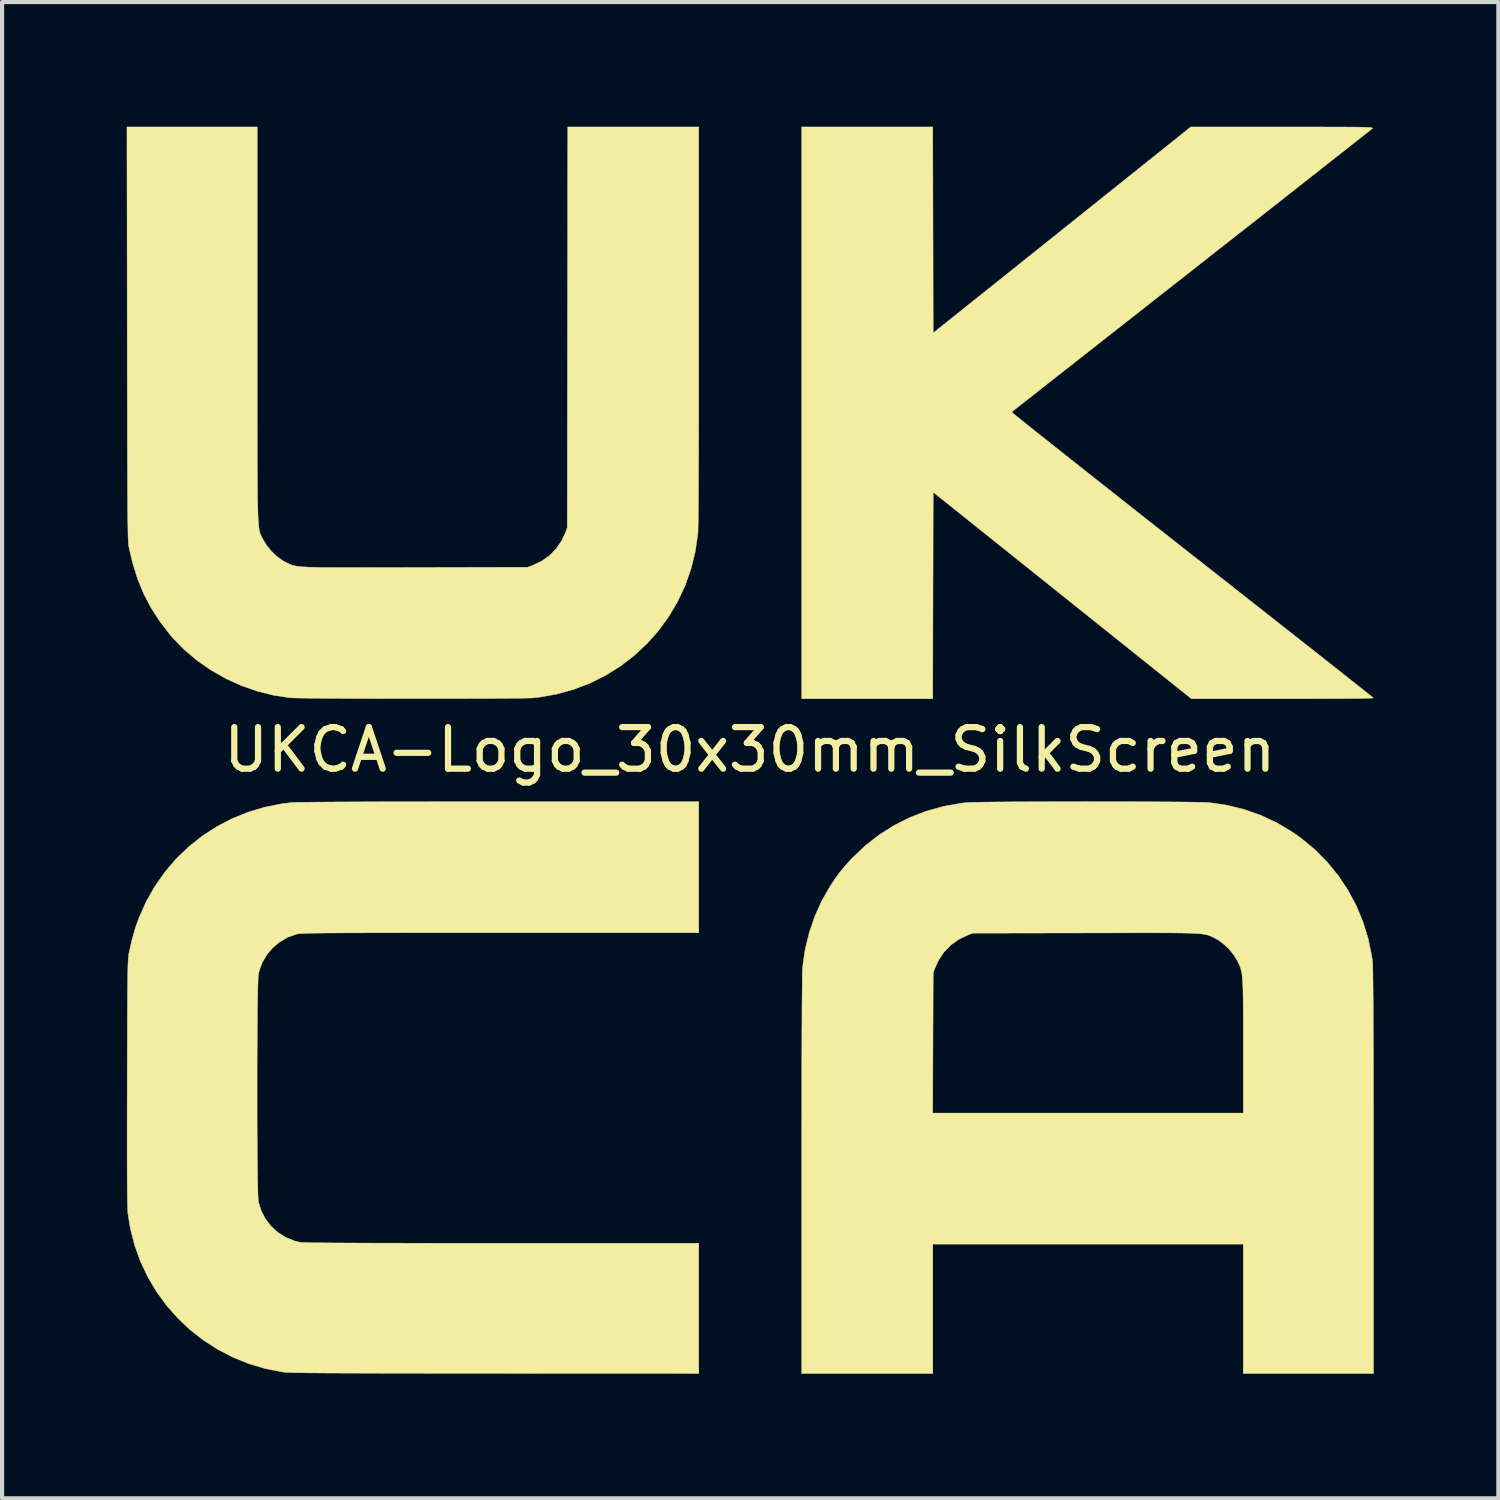
<source format=kicad_pcb>
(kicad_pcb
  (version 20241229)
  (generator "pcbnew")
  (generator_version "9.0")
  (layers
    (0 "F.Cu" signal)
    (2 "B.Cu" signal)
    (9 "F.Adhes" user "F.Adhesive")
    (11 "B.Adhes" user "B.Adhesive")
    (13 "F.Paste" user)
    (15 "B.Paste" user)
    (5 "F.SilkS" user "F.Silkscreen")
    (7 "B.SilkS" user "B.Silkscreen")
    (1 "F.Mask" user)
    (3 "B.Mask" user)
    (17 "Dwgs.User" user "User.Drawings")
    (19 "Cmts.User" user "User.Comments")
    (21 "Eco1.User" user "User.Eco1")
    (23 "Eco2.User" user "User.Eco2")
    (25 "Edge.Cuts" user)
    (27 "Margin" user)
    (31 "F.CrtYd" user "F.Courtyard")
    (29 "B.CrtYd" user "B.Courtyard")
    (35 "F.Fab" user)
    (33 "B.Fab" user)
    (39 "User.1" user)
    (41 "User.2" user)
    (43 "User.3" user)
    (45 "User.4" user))
  (footprint "UKCA-Logo_30x30mm_SilkScreen"
    (layer "F.Cu")
    (at 14.992 14.991)
    (property "Reference" "UKCA-Logo_30x30mm_SilkScreen" (at 0 0 0) (layer "F.SilkS") (effects (font (size 1 1) (thickness 0.15))))
    (attr exclude_from_pos_files exclude_from_bom)
    (fp_poly (pts (xy 4.408 -12.507) (xy 4.413 -10.029) (xy 10.61 -14.986) (xy 12.813 -14.986) (xy 13.166 -14.986) (xy 13.48 -14.986) (xy 13.755 -14.986) (xy 13.996 -14.985) (xy 14.203 -14.985) (xy 14.38 -14.984) (xy 14.529 -14.983) (xy 14.651 -14.982) (xy 14.75 -14.98) (xy 14.828 -14.978) (xy 14.887 -14.975) (xy 14.93 -14.972) (xy 14.958 -14.969) (xy 14.975 -14.965) (xy 14.982 -14.96) (xy 14.982 -14.954) (xy 14.977 -14.948) (xy 14.975 -14.946) (xy 14.955 -14.93) (xy 14.903 -14.888) (xy 14.82 -14.823) (xy 14.709 -14.735) (xy 14.569 -14.625) (xy 14.404 -14.495) (xy 14.213 -14.345) (xy 13.999 -14.176) (xy 13.763 -13.99) (xy 13.507 -13.789) (xy 13.231 -13.572) (xy 12.937 -13.341) (xy 12.627 -13.097) (xy 12.302 -12.841) (xy 11.963 -12.575) (xy 11.611 -12.299) (xy 11.249 -12.015) (xy 10.878 -11.723) (xy 10.626 -11.525) (xy 10.249 -11.229) (xy 9.881 -10.941) (xy 9.523 -10.66) (xy 9.177 -10.387) (xy 8.843 -10.126) (xy 8.524 -9.875) (xy 8.22 -9.636) (xy 7.933 -9.411) (xy 7.665 -9.2) (xy 7.417 -9.005) (xy 7.189 -8.827) (xy 6.985 -8.666) (xy 6.804 -8.524) (xy 6.649 -8.402) (xy 6.52 -8.301) (xy 6.42 -8.222) (xy 6.349 -8.166) (xy 6.309 -8.134) (xy 6.3 -8.128) (xy 6.315 -8.113) (xy 6.362 -8.074) (xy 6.44 -8.011) (xy 6.546 -7.924) (xy 6.68 -7.817) (xy 6.841 -7.688) (xy 7.027 -7.54) (xy 7.237 -7.373) (xy 7.469 -7.189) (xy 7.722 -6.988) (xy 7.995 -6.773) (xy 8.285 -6.543) (xy 8.593 -6.3) (xy 8.916 -6.045) (xy 9.253 -5.779) (xy 9.603 -5.503) (xy 9.965 -5.219) (xy 10.336 -4.927) (xy 10.64 -4.688) (xy 11.018 -4.391) (xy 11.388 -4.1) (xy 11.748 -3.817) (xy 12.096 -3.543) (xy 12.432 -3.279) (xy 12.753 -3.026) (xy 13.059 -2.786) (xy 13.347 -2.558) (xy 13.617 -2.346) (xy 13.868 -2.148) (xy 14.097 -1.967) (xy 14.303 -1.804) (xy 14.486 -1.659) (xy 14.644 -1.535) (xy 14.774 -1.431) (xy 14.877 -1.349) (xy 14.95 -1.29) (xy 14.993 -1.256) (xy 15.004 -1.247) (xy 14.984 -1.244) (xy 14.924 -1.241) (xy 14.827 -1.239) (xy 14.693 -1.236) (xy 14.527 -1.234) (xy 14.329 -1.232) (xy 14.103 -1.231) (xy 13.85 -1.23) (xy 13.572 -1.229) (xy 13.273 -1.228) (xy 12.954 -1.228) (xy 12.818 -1.228) (xy 10.626 -1.228) (xy 4.413 -6.198) (xy 4.402 -1.228) (xy 1.249 -1.228) (xy 1.249 -14.986) (xy 4.402 -14.986) (xy 4.408 -12.507)) (stroke (width 0.01) (type solid)) (fill yes) (layer "F.SilkS"))
    (fp_poly (pts (xy 8.381 1.249) (xy 8.692 1.249) (xy 8.998 1.249) (xy 9.294 1.25) (xy 9.578 1.251) (xy 9.847 1.253) (xy 10.097 1.254) (xy 10.326 1.256) (xy 10.53 1.258) (xy 10.706 1.261) (xy 10.85 1.263) (xy 10.96 1.266) (xy 11.033 1.269) (xy 11.052 1.271) (xy 11.484 1.334) (xy 11.9 1.437) (xy 12.302 1.579) (xy 12.687 1.76) (xy 13.057 1.981) (xy 13.27 2.131) (xy 13.597 2.402) (xy 13.894 2.702) (xy 14.159 3.028) (xy 14.392 3.377) (xy 14.591 3.748) (xy 14.753 4.137) (xy 14.879 4.542) (xy 14.965 4.96) (xy 14.985 5.101) (xy 14.988 5.144) (xy 14.99 5.228) (xy 14.993 5.352) (xy 14.995 5.517) (xy 14.997 5.722) (xy 14.999 5.967) (xy 15.001 6.254) (xy 15.002 6.581) (xy 15.004 6.95) (xy 15.005 7.36) (xy 15.006 7.811) (xy 15.006 8.304) (xy 15.007 8.839) (xy 15.007 9.416) (xy 15.007 10.035) (xy 15.007 10.144) (xy 15.007 15.007) (xy 11.874 15.007) (xy 11.874 11.896) (xy 4.403 11.896) (xy 4.403 15.007) (xy 1.249 15.007) (xy 1.249 10.226) (xy 1.249 9.644) (xy 1.249 9.095) (xy 1.25 8.742) (xy 4.401 8.742) (xy 11.874 8.742) (xy 11.874 7.138) (xy 11.874 6.824) (xy 11.874 6.548) (xy 11.873 6.309) (xy 11.872 6.102) (xy 11.87 5.926) (xy 11.867 5.777) (xy 11.862 5.651) (xy 11.856 5.546) (xy 11.849 5.458) (xy 11.84 5.385) (xy 11.828 5.324) (xy 11.814 5.27) (xy 11.798 5.222) (xy 11.779 5.176) (xy 11.757 5.129) (xy 11.734 5.08) (xy 11.65 4.943) (xy 11.54 4.807) (xy 11.413 4.684) (xy 11.28 4.583) (xy 11.197 4.536) (xy 11.159 4.517) (xy 11.124 4.5) (xy 11.091 4.485) (xy 11.057 4.471) (xy 11.021 4.459) (xy 10.979 4.448) (xy 10.93 4.439) (xy 10.871 4.431) (xy 10.8 4.425) (xy 10.715 4.419) (xy 10.613 4.415) (xy 10.492 4.411) (xy 10.35 4.409) (xy 10.185 4.407) (xy 9.994 4.406) (xy 9.774 4.405) (xy 9.525 4.405) (xy 9.242 4.405) (xy 8.925 4.406) (xy 8.57 4.407) (xy 8.176 4.407) (xy 8.081 4.408) (xy 5.366 4.413) (xy 5.24 4.461) (xy 5.024 4.564) (xy 4.835 4.7) (xy 4.674 4.866) (xy 4.544 5.06) (xy 4.461 5.24) (xy 4.413 5.366) (xy 4.407 7.054) (xy 4.401 8.742) (xy 1.25 8.742) (xy 1.25 8.579) (xy 1.25 8.097) (xy 1.251 7.65) (xy 1.252 7.239) (xy 1.253 6.863) (xy 1.255 6.524) (xy 1.256 6.223) (xy 1.258 5.96) (xy 1.26 5.735) (xy 1.262 5.55) (xy 1.264 5.405) (xy 1.267 5.3) (xy 1.269 5.237) (xy 1.27 5.225) (xy 1.33 4.812) (xy 1.428 4.407) (xy 1.561 4.015) (xy 1.729 3.641) (xy 1.929 3.291) (xy 1.963 3.239) (xy 2.067 3.084) (xy 2.161 2.955) (xy 2.255 2.838) (xy 2.358 2.72) (xy 2.465 2.606) (xy 2.778 2.308) (xy 3.114 2.046) (xy 3.472 1.82) (xy 3.85 1.63) (xy 4.246 1.477) (xy 4.659 1.362) (xy 5.087 1.286) (xy 5.225 1.27) (xy 5.279 1.267) (xy 5.373 1.264) (xy 5.502 1.262) (xy 5.664 1.259) (xy 5.856 1.257) (xy 6.074 1.255) (xy 6.315 1.253) (xy 6.576 1.252) (xy 6.854 1.251) (xy 7.145 1.25) (xy 7.447 1.249) (xy 7.755 1.249) (xy 8.068 1.248) (xy 8.381 1.249)) (stroke (width 0.01) (type solid)) (fill yes) (layer "F.SilkS"))
    (fp_poly (pts (xy -11.853 -10.25) (xy -11.853 -9.713) (xy -11.853 -9.216) (xy -11.853 -8.758) (xy -11.853 -8.337) (xy -11.853 -7.952) (xy -11.852 -7.601) (xy -11.852 -7.283) (xy -11.851 -6.995) (xy -11.85 -6.735) (xy -11.849 -6.503) (xy -11.847 -6.297) (xy -11.845 -6.114) (xy -11.842 -5.954) (xy -11.839 -5.814) (xy -11.835 -5.692) (xy -11.831 -5.588) (xy -11.826 -5.5) (xy -11.82 -5.425) (xy -11.814 -5.362) (xy -11.807 -5.31) (xy -11.799 -5.267) (xy -11.79 -5.23) (xy -11.78 -5.199) (xy -11.769 -5.172) (xy -11.757 -5.146) (xy -11.745 -5.121) (xy -11.731 -5.095) (xy -11.715 -5.065) (xy -11.712 -5.059) (xy -11.628 -4.92) (xy -11.516 -4.783) (xy -11.388 -4.659) (xy -11.253 -4.559) (xy -11.174 -4.515) (xy -11.135 -4.496) (xy -11.1 -4.479) (xy -11.067 -4.463) (xy -11.034 -4.45) (xy -10.997 -4.437) (xy -10.956 -4.427) (xy -10.907 -4.418) (xy -10.848 -4.41) (xy -10.777 -4.403) (xy -10.692 -4.398) (xy -10.591 -4.393) (xy -10.471 -4.39) (xy -10.329 -4.387) (xy -10.164 -4.386) (xy -9.973 -4.384) (xy -9.755 -4.384) (xy -9.506 -4.384) (xy -9.224 -4.384) (xy -8.908 -4.385) (xy -8.554 -4.385) (xy -8.161 -4.386) (xy -8.06 -4.386) (xy -5.345 -4.392) (xy -5.219 -4.439) (xy -5.003 -4.543) (xy -4.814 -4.678) (xy -4.653 -4.845) (xy -4.522 -5.039) (xy -4.439 -5.219) (xy -4.392 -5.345) (xy -4.381 -14.986) (xy -1.228 -14.986) (xy -1.228 -10.205) (xy -1.228 -9.623) (xy -1.228 -9.074) (xy -1.229 -8.558) (xy -1.229 -8.076) (xy -1.23 -7.629) (xy -1.231 -7.218) (xy -1.232 -6.842) (xy -1.234 -6.503) (xy -1.235 -6.202) (xy -1.237 -5.938) (xy -1.239 -5.714) (xy -1.241 -5.528) (xy -1.243 -5.383) (xy -1.246 -5.279) (xy -1.248 -5.216) (xy -1.249 -5.204) (xy -1.312 -4.773) (xy -1.414 -4.356) (xy -1.555 -3.954) (xy -1.735 -3.569) (xy -1.951 -3.203) (xy -2.204 -2.857) (xy -2.464 -2.564) (xy -2.774 -2.273) (xy -3.11 -2.015) (xy -3.468 -1.791) (xy -3.846 -1.602) (xy -4.242 -1.451) (xy -4.653 -1.337) (xy -5.077 -1.263) (xy -5.204 -1.249) (xy -5.255 -1.246) (xy -5.344 -1.244) (xy -5.47 -1.241) (xy -5.629 -1.239) (xy -5.817 -1.237) (xy -6.032 -1.236) (xy -6.27 -1.234) (xy -6.529 -1.233) (xy -6.804 -1.232) (xy -7.093 -1.231) (xy -7.393 -1.231) (xy -7.7 -1.231) (xy -8.012 -1.231) (xy -8.325 -1.231) (xy -8.636 -1.231) (xy -8.942 -1.232) (xy -9.24 -1.232) (xy -9.526 -1.233) (xy -9.797 -1.235) (xy -10.051 -1.236) (xy -10.283 -1.238) (xy -10.492 -1.24) (xy -10.673 -1.242) (xy -10.824 -1.244) (xy -10.941 -1.246) (xy -11.021 -1.249) (xy -11.055 -1.251) (xy -11.455 -1.31) (xy -11.85 -1.409) (xy -12.237 -1.544) (xy -12.611 -1.714) (xy -12.967 -1.917) (xy -13.302 -2.15) (xy -13.611 -2.411) (xy -13.89 -2.698) (xy -13.949 -2.767) (xy -14.196 -3.088) (xy -14.407 -3.415) (xy -14.585 -3.755) (xy -14.732 -4.114) (xy -14.852 -4.498) (xy -14.937 -4.862) (xy -14.941 -4.884) (xy -14.945 -4.909) (xy -14.949 -4.939) (xy -14.952 -4.975) (xy -14.955 -5.019) (xy -14.957 -5.073) (xy -14.96 -5.138) (xy -14.962 -5.216) (xy -14.964 -5.308) (xy -14.966 -5.417) (xy -14.968 -5.543) (xy -14.969 -5.689) (xy -14.971 -5.857) (xy -14.972 -6.047) (xy -14.973 -6.261) (xy -14.974 -6.502) (xy -14.975 -6.77) (xy -14.976 -7.068) (xy -14.977 -7.397) (xy -14.978 -7.759) (xy -14.978 -8.155) (xy -14.979 -8.587) (xy -14.98 -9.057) (xy -14.98 -9.566) (xy -14.981 -10.017) (xy -14.987 -14.986) (xy -11.853 -14.986) (xy -11.853 -10.25)) (stroke (width 0.01) (type solid)) (fill yes) (layer "F.SilkS"))
    (fp_poly (pts (xy -1.228 4.403) (xy -6.003 4.403) (xy -6.538 4.403) (xy -7.032 4.403) (xy -7.487 4.403) (xy -7.904 4.403) (xy -8.286 4.403) (xy -8.633 4.404) (xy -8.948 4.404) (xy -9.233 4.405) (xy -9.487 4.406) (xy -9.715 4.406) (xy -9.916 4.408) (xy -10.093 4.409) (xy -10.248 4.41) (xy -10.381 4.412) (xy -10.495 4.413) (xy -10.591 4.415) (xy -10.672 4.417) (xy -10.737 4.42) (xy -10.79 4.423) (xy -10.832 4.425) (xy -10.864 4.429) (xy -10.888 4.432) (xy -10.906 4.436) (xy -10.907 4.436) (xy -11.117 4.511) (xy -11.309 4.622) (xy -11.478 4.763) (xy -11.621 4.931) (xy -11.732 5.12) (xy -11.807 5.327) (xy -11.821 5.387) (xy -11.826 5.432) (xy -11.831 5.517) (xy -11.835 5.637) (xy -11.839 5.789) (xy -11.843 5.972) (xy -11.846 6.18) (xy -11.848 6.411) (xy -11.851 6.662) (xy -11.853 6.93) (xy -11.854 7.21) (xy -11.855 7.501) (xy -11.856 7.798) (xy -11.856 8.1) (xy -11.856 8.401) (xy -11.856 8.7) (xy -11.855 8.992) (xy -11.854 9.275) (xy -11.852 9.546) (xy -11.85 9.801) (xy -11.847 10.037) (xy -11.844 10.25) (xy -11.841 10.439) (xy -11.838 10.598) (xy -11.834 10.726) (xy -11.829 10.819) (xy -11.824 10.873) (xy -11.823 10.88) (xy -11.756 11.095) (xy -11.653 11.291) (xy -11.518 11.466) (xy -11.354 11.614) (xy -11.167 11.733) (xy -10.96 11.818) (xy -10.819 11.853) (xy -10.782 11.856) (xy -10.704 11.858) (xy -10.584 11.861) (xy -10.422 11.863) (xy -10.219 11.865) (xy -9.974 11.867) (xy -9.689 11.868) (xy -9.362 11.87) (xy -8.995 11.871) (xy -8.588 11.872) (xy -8.14 11.873) (xy -7.652 11.874) (xy -7.125 11.874) (xy -6.558 11.874) (xy -5.966 11.874) (xy -1.228 11.874) (xy -1.228 15.007) (xy -6.133 15.005) (xy -6.688 15.005) (xy -7.202 15.004) (xy -7.677 15.004) (xy -8.115 15.003) (xy -8.516 15.003) (xy -8.882 15.002) (xy -9.215 15.001) (xy -9.516 15) (xy -9.787 14.999) (xy -10.03 14.998) (xy -10.245 14.997) (xy -10.435 14.995) (xy -10.6 14.994) (xy -10.743 14.992) (xy -10.865 14.99) (xy -10.967 14.988) (xy -11.051 14.985) (xy -11.119 14.983) (xy -11.172 14.98) (xy -11.211 14.977) (xy -11.235 14.974) (xy -11.653 14.892) (xy -12.055 14.773) (xy -12.439 14.617) (xy -12.805 14.428) (xy -13.149 14.206) (xy -13.47 13.955) (xy -13.766 13.675) (xy -14.035 13.37) (xy -14.275 13.04) (xy -14.484 12.689) (xy -14.66 12.317) (xy -14.801 11.928) (xy -14.905 11.522) (xy -14.965 11.155) (xy -14.968 11.108) (xy -14.972 11.032) (xy -14.975 10.926) (xy -14.977 10.789) (xy -14.979 10.619) (xy -14.981 10.417) (xy -14.982 10.179) (xy -14.983 9.907) (xy -14.983 9.597) (xy -14.983 9.25) (xy -14.983 8.863) (xy -14.982 8.437) (xy -14.981 8.012) (xy -14.98 7.597) (xy -14.979 7.223) (xy -14.978 6.887) (xy -14.977 6.586) (xy -14.976 6.319) (xy -14.975 6.084) (xy -14.974 5.877) (xy -14.972 5.698) (xy -14.97 5.543) (xy -14.968 5.411) (xy -14.966 5.299) (xy -14.964 5.206) (xy -14.961 5.128) (xy -14.957 5.064) (xy -14.954 5.012) (xy -14.95 4.969) (xy -14.945 4.933) (xy -14.941 4.902) (xy -14.937 4.883) (xy -14.862 4.556) (xy -14.776 4.259) (xy -14.698 4.044) (xy -14.523 3.652) (xy -14.314 3.284) (xy -14.073 2.941) (xy -13.802 2.624) (xy -13.504 2.337) (xy -13.18 2.079) (xy -12.833 1.853) (xy -12.464 1.66) (xy -12.077 1.502) (xy -11.672 1.381) (xy -11.253 1.298) (xy -11.031 1.271) (xy -10.982 1.268) (xy -10.89 1.265) (xy -10.758 1.263) (xy -10.584 1.261) (xy -10.369 1.259) (xy -10.115 1.257) (xy -9.821 1.255) (xy -9.487 1.254) (xy -9.115 1.252) (xy -8.704 1.251) (xy -8.256 1.25) (xy -7.77 1.25) (xy -7.246 1.249) (xy -6.687 1.249) (xy -6.09 1.249) (xy -6.02 1.249) (xy -1.228 1.249) (xy -1.228 4.403)) (stroke (width 0.01) (type solid)) (fill yes) (layer "F.SilkS")))
  (gr_rect
    (start -3 -3)
    (end 33.004 33.003)
    (stroke (width 0.1) (type default))
    (fill no)
    (layer "Edge.Cuts")))
</source>
